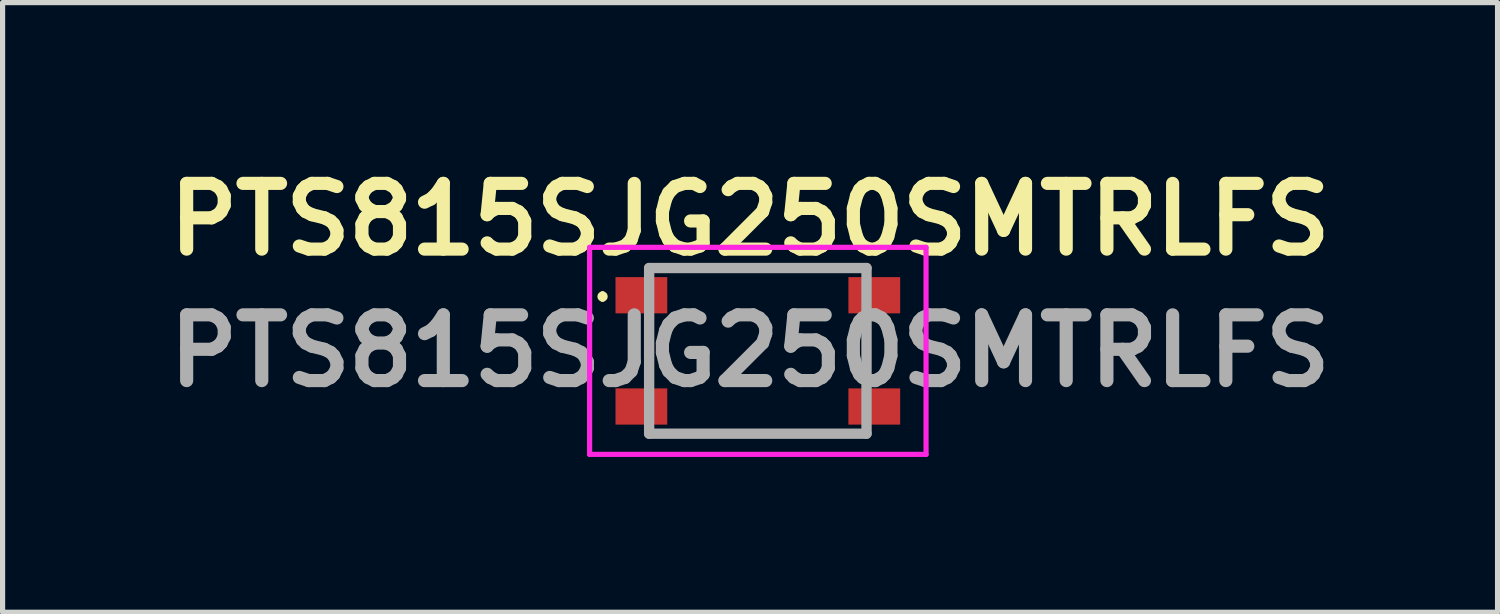
<source format=kicad_pcb>
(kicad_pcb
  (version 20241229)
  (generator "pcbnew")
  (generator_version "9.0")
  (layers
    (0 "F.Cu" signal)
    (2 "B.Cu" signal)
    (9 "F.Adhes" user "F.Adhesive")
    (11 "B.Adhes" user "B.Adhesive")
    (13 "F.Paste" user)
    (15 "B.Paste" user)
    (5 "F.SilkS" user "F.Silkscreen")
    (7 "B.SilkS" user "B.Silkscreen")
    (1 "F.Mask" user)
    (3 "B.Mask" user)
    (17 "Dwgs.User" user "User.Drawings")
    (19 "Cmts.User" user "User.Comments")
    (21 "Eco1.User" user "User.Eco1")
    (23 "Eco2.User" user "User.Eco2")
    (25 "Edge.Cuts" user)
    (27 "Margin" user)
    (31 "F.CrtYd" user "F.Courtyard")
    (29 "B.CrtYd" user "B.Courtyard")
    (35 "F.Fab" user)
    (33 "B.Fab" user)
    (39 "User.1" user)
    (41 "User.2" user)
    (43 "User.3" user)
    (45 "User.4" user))
  (footprint "PTS815SJG250SMTRLFS"
    (layer "F.Cu")
    (at 11.592 3.729)
    (property "Reference" "PTS815SJG250SMTRLFS" (at -0.15 -2.54 0) (layer "F.SilkS") (effects (font (size 1.27 1.27) (thickness 0.254))))
    (attr smd)
    (fp_line (start -3 -1.1) (end -3 -1.1) (stroke (width 0.1) (type solid)) (layer "F.SilkS"))
    (fp_line (start -3 -1) (end -3 -1) (stroke (width 0.1) (type solid)) (layer "F.SilkS"))
    (fp_line (start -2.1 -0.4) (end -2.1 0.4) (stroke (width 0.1) (type solid)) (layer "F.SilkS"))
    (fp_line (start -1.6 -1.6) (end 1.6 -1.6) (stroke (width 0.1) (type solid)) (layer "F.SilkS"))
    (fp_line (start 1.6 1.6) (end -1.6 1.6) (stroke (width 0.1) (type solid)) (layer "F.SilkS"))
    (fp_line (start 2.1 -0.4) (end 2.1 0.4) (stroke (width 0.1) (type solid)) (layer "F.SilkS"))
    (fp_arc (start -3 -1.1) (mid -2.95 -1.05) (end -3 -1) (stroke (width 0.1) (type solid)) (layer "F.SilkS"))
    (fp_arc (start -3 -1) (mid -3.05 -1.05) (end -3 -1.1) (stroke (width 0.1) (type solid)) (layer "F.SilkS"))
    (fp_line (start -3.25 -2) (end 3.25 -2) (stroke (width 0.1) (type solid)) (layer "F.CrtYd"))
    (fp_line (start -3.25 2) (end -3.25 -2) (stroke (width 0.1) (type solid)) (layer "F.CrtYd"))
    (fp_line (start 3.25 -2) (end 3.25 2) (stroke (width 0.1) (type solid)) (layer "F.CrtYd"))
    (fp_line (start 3.25 2) (end -3.25 2) (stroke (width 0.1) (type solid)) (layer "F.CrtYd"))
    (fp_line (start -2.1 -1.6) (end 2.1 -1.6) (stroke (width 0.2) (type solid)) (layer "F.Fab"))
    (fp_line (start -2.1 1.6) (end -2.1 -1.6) (stroke (width 0.2) (type solid)) (layer "F.Fab"))
    (fp_line (start 2.1 -1.6) (end 2.1 1.6) (stroke (width 0.2) (type solid)) (layer "F.Fab"))
    (fp_line (start 2.1 1.6) (end -2.1 1.6) (stroke (width 0.2) (type solid)) (layer "F.Fab"))
    (fp_text user "${REFERENCE}" (at -0.15 0 0) (layer "F.Fab") (effects (font (size 1.27 1.27) (thickness 0.254))))
    (pad "1" smd rect (at -2.25 -1.075 90) (size 0.7 1) (layers "F.Cu" "F.Mask" "F.Paste"))
    (pad "2" smd rect (at 2.25 -1.075 90) (size 0.7 1) (layers "F.Cu" "F.Mask" "F.Paste"))
    (pad "3" smd rect (at -2.25 1.075 90) (size 0.7 1) (layers "F.Cu" "F.Mask" "F.Paste"))
    (pad "4" smd rect (at 2.25 1.075 90) (size 0.7 1) (layers "F.Cu" "F.Mask" "F.Paste")))
  (gr_rect
    (start -3 -3)
    (end 25.884 8.779)
    (stroke (width 0.1) (type default))
    (fill no)
    (layer "Edge.Cuts")))
</source>
